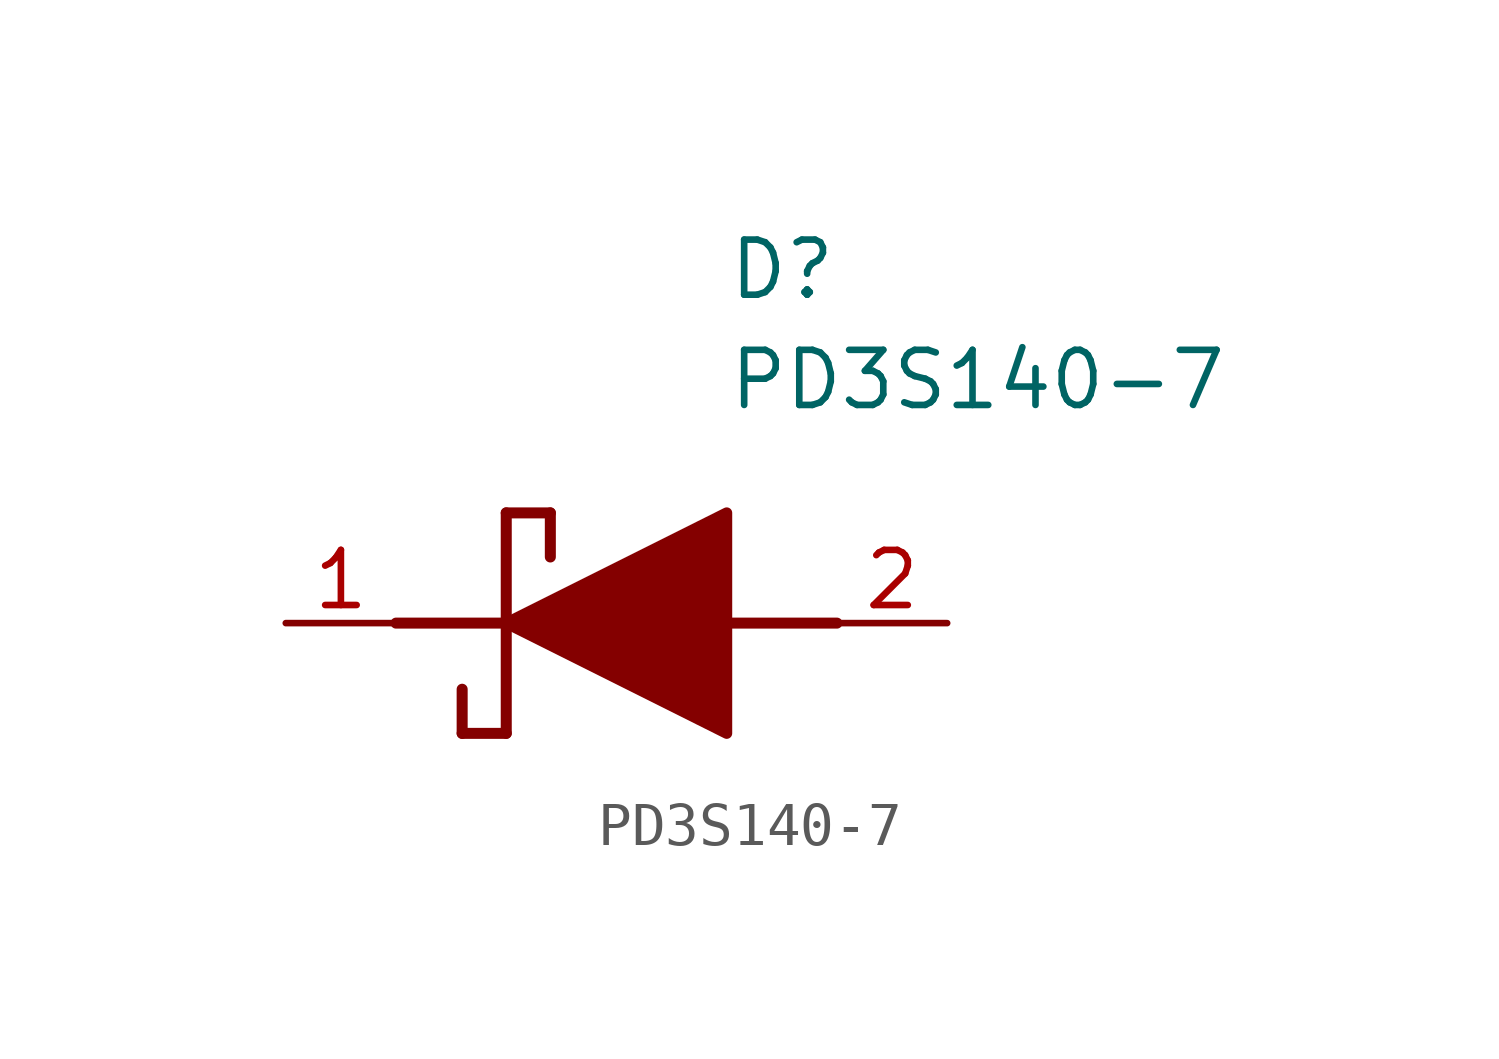
<source format=kicad_sym>
(kicad_symbol_lib
  (version 20211014)
  (generator SamacSys_ECAD_Model)
  (symbol "PD3S140-7"
    (pin_names hide)
    (property "Reference" "D"
      (at 12.7 8.89 0)
      (effects (font (size 1.27 1.27)) (justify left top)))
    (property "Value" "PD3S140-7"
      (at 12.7 6.35 0)
      (effects (font (size 1.27 1.27)) (justify left top)))
    (polyline
      (pts (xy 7.62 2.54) (xy 7.62 -2.54))
      (stroke (width 0.254) (type default))
      (fill (type none)))
    (polyline
      (pts (xy 7.62 2.54) (xy 8.636 2.54))
      (stroke (width 0.254) (type default))
      (fill (type none)))
    (polyline
      (pts (xy 8.636 1.524) (xy 8.636 2.54))
      (stroke (width 0.254) (type default))
      (fill (type none)))
    (polyline
      (pts (xy 7.62 -2.54) (xy 6.604 -2.54))
      (stroke (width 0.254) (type default))
      (fill (type none)))
    (polyline
      (pts (xy 6.604 -1.524) (xy 6.604 -2.54))
      (stroke (width 0.254) (type default))
      (fill (type none)))
    (polyline
      (pts (xy 5.08 0) (xy 7.62 0))
      (stroke (width 0.254) (type default))
      (fill (type none)))
    (polyline
      (pts (xy 12.7 0) (xy 15.24 0))
      (stroke (width 0.254) (type default))
      (fill (type none)))
    (polyline
      (pts (xy 7.62 0) (xy 12.7 2.54) (xy 12.7 -2.54) (xy 7.62 0))
      (stroke (width 0.254) (type default))
      (fill (type outline)))
    (pin passive line
      (at 2.54 0 0)
      (length 2.54)
      (name "K" (effects (font (size 1.27 1.27))))
      (number "1" (effects (font (size 1.27 1.27)))))
    (pin passive line
      (at 17.78 0 180)
      (length 2.54)
      (name "A" (effects (font (size 1.27 1.27))))
      (number "2" (effects (font (size 1.27 1.27)))))))
</source>
